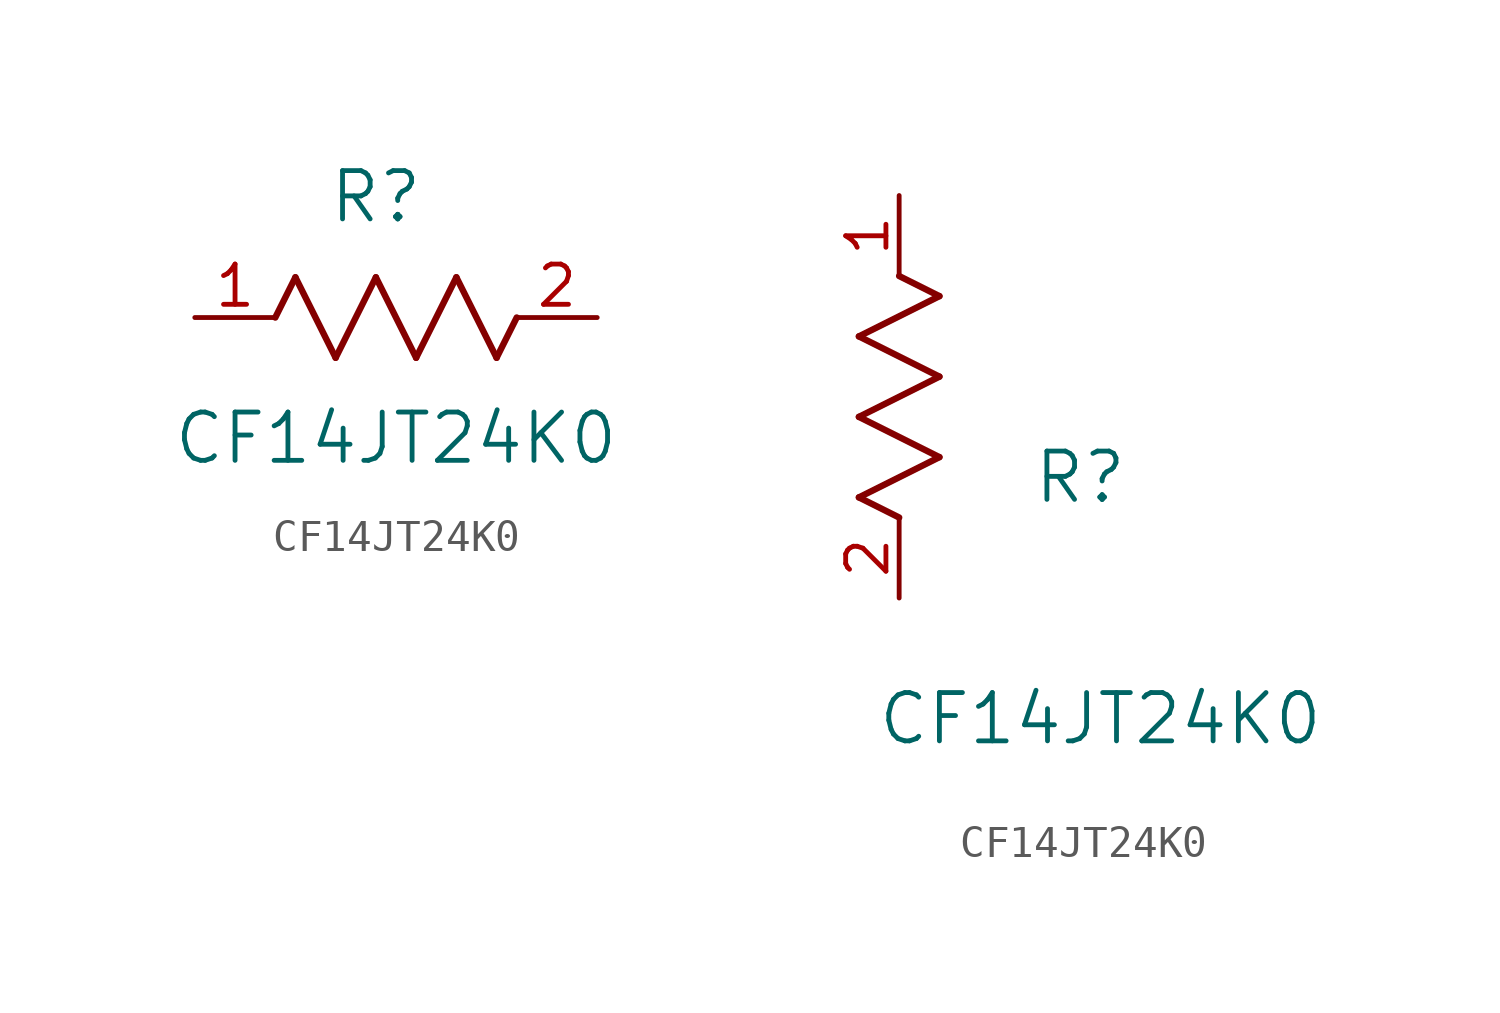
<source format=kicad_sym>
(kicad_symbol_lib
  (version 20211014)
  (generator kicad_symbol_editor)
  (symbol "CF14JT24K0"
    (pin_names
      (offset 0.254))
    (property "Reference" "R"
      (at 5.715 3.81 0)
      (effects (font (size 1.524 1.524))))
    (property "Value" "CF14JT24K0"
      (at 6.35 -3.81 0)
      (effects (font (size 1.524 1.524))))
    (symbol "CF14JT24K0_1_1"
      (polyline (pts (xy 3.175 1.27) (xy 4.445 -1.27)) (stroke (width 0.203) (type default) (color 0 0 0 0)) (fill (type none)))
      (polyline (pts (xy 4.445 -1.27) (xy 5.715 1.27)) (stroke (width 0.203) (type default) (color 0 0 0 0)) (fill (type none)))
      (polyline (pts (xy 5.715 1.27) (xy 6.985 -1.27)) (stroke (width 0.203) (type default) (color 0 0 0 0)) (fill (type none)))
      (polyline (pts (xy 6.985 -1.27) (xy 8.255 1.27)) (stroke (width 0.203) (type default) (color 0 0 0 0)) (fill (type none)))
      (polyline (pts (xy 8.255 1.27) (xy 9.525 -1.27)) (stroke (width 0.203) (type default) (color 0 0 0 0)) (fill (type none)))
      (polyline (pts (xy 2.54 0) (xy 3.175 1.27)) (stroke (width 0.203) (type default) (color 0 0 0 0)) (fill (type none)))
      (polyline (pts (xy 9.525 -1.27) (xy 10.16 0)) (stroke (width 0.203) (type default) (color 0 0 0 0)) (fill (type none)))
      (pin unspecified line (at 0 0 0) (length 2.54) (name "" (effects (font (size 1.27 1.27)))) (number "1" (effects (font (size 1.27 1.27)))))
      (pin unspecified line (at 12.7 0 180) (length 2.54) (name "" (effects (font (size 1.27 1.27)))) (number "2" (effects (font (size 1.27 1.27))))))
    (symbol "CF14JT24K0_1_2"
      (polyline (pts (xy 0 2.54) (xy -1.27 3.175)) (stroke (width 0.203) (type default) (color 0 0 0 0)) (fill (type none)))
      (polyline (pts (xy -1.27 3.175) (xy 1.27 4.445)) (stroke (width 0.203) (type default) (color 0 0 0 0)) (fill (type none)))
      (polyline (pts (xy 1.27 4.445) (xy -1.27 5.715)) (stroke (width 0.203) (type default) (color 0 0 0 0)) (fill (type none)))
      (polyline (pts (xy -1.27 5.715) (xy 1.27 6.985)) (stroke (width 0.203) (type default) (color 0 0 0 0)) (fill (type none)))
      (polyline (pts (xy -1.27 8.255) (xy 1.27 9.525)) (stroke (width 0.203) (type default) (color 0 0 0 0)) (fill (type none)))
      (polyline (pts (xy 1.27 9.525) (xy 0 10.16)) (stroke (width 0.203) (type default) (color 0 0 0 0)) (fill (type none)))
      (polyline (pts (xy 1.27 6.985) (xy -1.27 8.255)) (stroke (width 0.203) (type default) (color 0 0 0 0)) (fill (type none)))
      (pin unspecified line (at 0 12.7 270) (length 2.54) (name "" (effects (font (size 1.27 1.27)))) (number "1" (effects (font (size 1.27 1.27)))))
      (pin unspecified line (at 0 0 90) (length 2.54) (name "" (effects (font (size 1.27 1.27)))) (number "2" (effects (font (size 1.27 1.27))))))))
</source>
